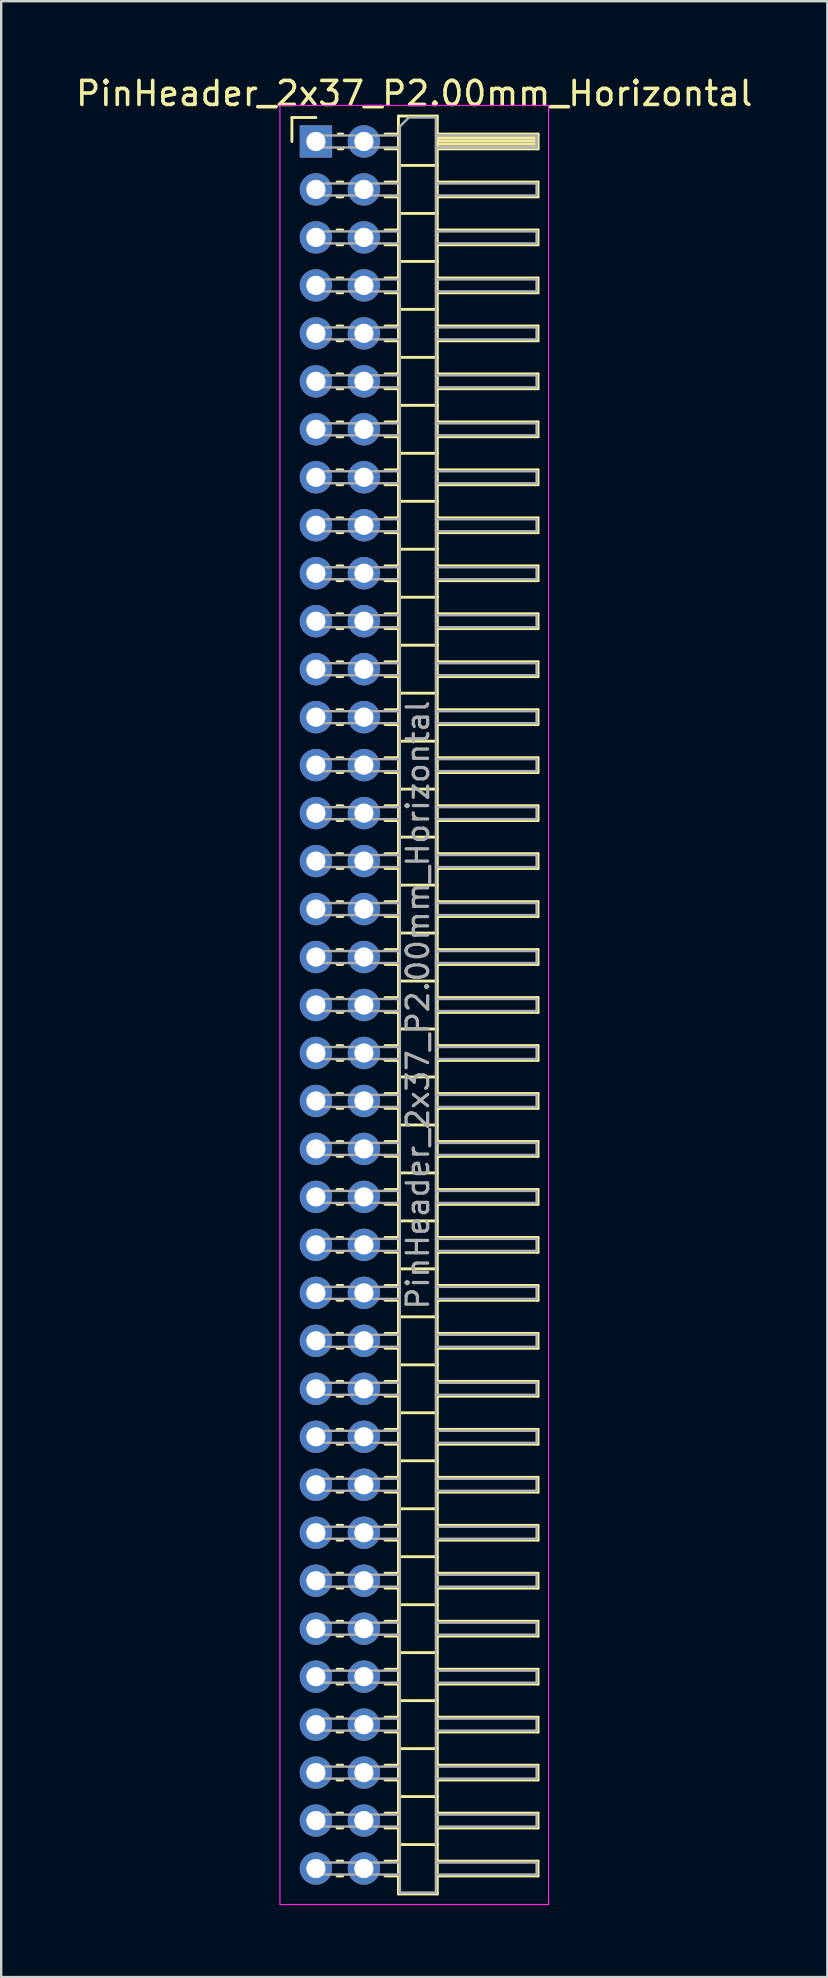
<source format=kicad_pcb>
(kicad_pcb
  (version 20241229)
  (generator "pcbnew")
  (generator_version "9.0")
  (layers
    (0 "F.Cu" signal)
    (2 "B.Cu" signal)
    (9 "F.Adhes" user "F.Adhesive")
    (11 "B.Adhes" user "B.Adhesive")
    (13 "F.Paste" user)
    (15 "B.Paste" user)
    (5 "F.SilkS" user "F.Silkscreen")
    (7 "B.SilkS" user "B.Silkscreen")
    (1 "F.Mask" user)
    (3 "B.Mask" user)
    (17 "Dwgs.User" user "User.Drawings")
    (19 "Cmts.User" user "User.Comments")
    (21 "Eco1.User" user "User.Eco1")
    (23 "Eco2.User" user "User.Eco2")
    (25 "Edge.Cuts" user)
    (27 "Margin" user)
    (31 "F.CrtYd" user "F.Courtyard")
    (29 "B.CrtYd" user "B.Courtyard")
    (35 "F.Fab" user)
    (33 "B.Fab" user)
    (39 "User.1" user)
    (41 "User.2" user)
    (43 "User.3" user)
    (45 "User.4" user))
  (footprint "PinHeader_2x37_P2.00mm_Horizontal"
    (layer "F.Cu")
    (at 10.12 2.848)
    (property "Reference" "PinHeader_2x37_P2.00mm_Horizontal" (at 4.1 -2 0) (layer "F.SilkS") (effects (font (size 1 1) (thickness 0.15))))
    (attr through_hole)
    (fp_line (start -1 -1) (end 0 -1) (stroke (width 0.12) (type solid)) (layer "F.SilkS"))
    (fp_line (start -1 0) (end -1 -1) (stroke (width 0.12) (type solid)) (layer "F.SilkS"))
    (fp_line (start 0.882 1.69) (end 1.118 1.69) (stroke (width 0.12) (type solid)) (layer "F.SilkS"))
    (fp_line (start 0.882 2.31) (end 1.118 2.31) (stroke (width 0.12) (type solid)) (layer "F.SilkS"))
    (fp_line (start 0.882 3.69) (end 1.118 3.69) (stroke (width 0.12) (type solid)) (layer "F.SilkS"))
    (fp_line (start 0.882 4.31) (end 1.118 4.31) (stroke (width 0.12) (type solid)) (layer "F.SilkS"))
    (fp_line (start 0.882 5.69) (end 1.118 5.69) (stroke (width 0.12) (type solid)) (layer "F.SilkS"))
    (fp_line (start 0.882 6.31) (end 1.118 6.31) (stroke (width 0.12) (type solid)) (layer "F.SilkS"))
    (fp_line (start 0.882 7.69) (end 1.118 7.69) (stroke (width 0.12) (type solid)) (layer "F.SilkS"))
    (fp_line (start 0.882 8.31) (end 1.118 8.31) (stroke (width 0.12) (type solid)) (layer "F.SilkS"))
    (fp_line (start 0.882 9.69) (end 1.118 9.69) (stroke (width 0.12) (type solid)) (layer "F.SilkS"))
    (fp_line (start 0.882 10.31) (end 1.118 10.31) (stroke (width 0.12) (type solid)) (layer "F.SilkS"))
    (fp_line (start 0.882 11.69) (end 1.118 11.69) (stroke (width 0.12) (type solid)) (layer "F.SilkS"))
    (fp_line (start 0.882 12.31) (end 1.118 12.31) (stroke (width 0.12) (type solid)) (layer "F.SilkS"))
    (fp_line (start 0.882 13.69) (end 1.118 13.69) (stroke (width 0.12) (type solid)) (layer "F.SilkS"))
    (fp_line (start 0.882 14.31) (end 1.118 14.31) (stroke (width 0.12) (type solid)) (layer "F.SilkS"))
    (fp_line (start 0.882 15.69) (end 1.118 15.69) (stroke (width 0.12) (type solid)) (layer "F.SilkS"))
    (fp_line (start 0.882 16.31) (end 1.118 16.31) (stroke (width 0.12) (type solid)) (layer "F.SilkS"))
    (fp_line (start 0.882 17.69) (end 1.118 17.69) (stroke (width 0.12) (type solid)) (layer "F.SilkS"))
    (fp_line (start 0.882 18.31) (end 1.118 18.31) (stroke (width 0.12) (type solid)) (layer "F.SilkS"))
    (fp_line (start 0.882 19.69) (end 1.118 19.69) (stroke (width 0.12) (type solid)) (layer "F.SilkS"))
    (fp_line (start 0.882 20.31) (end 1.118 20.31) (stroke (width 0.12) (type solid)) (layer "F.SilkS"))
    (fp_line (start 0.882 21.69) (end 1.118 21.69) (stroke (width 0.12) (type solid)) (layer "F.SilkS"))
    (fp_line (start 0.882 22.31) (end 1.118 22.31) (stroke (width 0.12) (type solid)) (layer "F.SilkS"))
    (fp_line (start 0.882 23.69) (end 1.118 23.69) (stroke (width 0.12) (type solid)) (layer "F.SilkS"))
    (fp_line (start 0.882 24.31) (end 1.118 24.31) (stroke (width 0.12) (type solid)) (layer "F.SilkS"))
    (fp_line (start 0.882 25.69) (end 1.118 25.69) (stroke (width 0.12) (type solid)) (layer "F.SilkS"))
    (fp_line (start 0.882 26.31) (end 1.118 26.31) (stroke (width 0.12) (type solid)) (layer "F.SilkS"))
    (fp_line (start 0.882 27.69) (end 1.118 27.69) (stroke (width 0.12) (type solid)) (layer "F.SilkS"))
    (fp_line (start 0.882 28.31) (end 1.118 28.31) (stroke (width 0.12) (type solid)) (layer "F.SilkS"))
    (fp_line (start 0.882 29.69) (end 1.118 29.69) (stroke (width 0.12) (type solid)) (layer "F.SilkS"))
    (fp_line (start 0.882 30.31) (end 1.118 30.31) (stroke (width 0.12) (type solid)) (layer "F.SilkS"))
    (fp_line (start 0.882 31.69) (end 1.118 31.69) (stroke (width 0.12) (type solid)) (layer "F.SilkS"))
    (fp_line (start 0.882 32.31) (end 1.118 32.31) (stroke (width 0.12) (type solid)) (layer "F.SilkS"))
    (fp_line (start 0.882 33.69) (end 1.118 33.69) (stroke (width 0.12) (type solid)) (layer "F.SilkS"))
    (fp_line (start 0.882 34.31) (end 1.118 34.31) (stroke (width 0.12) (type solid)) (layer "F.SilkS"))
    (fp_line (start 0.882 35.69) (end 1.118 35.69) (stroke (width 0.12) (type solid)) (layer "F.SilkS"))
    (fp_line (start 0.882 36.31) (end 1.118 36.31) (stroke (width 0.12) (type solid)) (layer "F.SilkS"))
    (fp_line (start 0.882 37.69) (end 1.118 37.69) (stroke (width 0.12) (type solid)) (layer "F.SilkS"))
    (fp_line (start 0.882 38.31) (end 1.118 38.31) (stroke (width 0.12) (type solid)) (layer "F.SilkS"))
    (fp_line (start 0.882 39.69) (end 1.118 39.69) (stroke (width 0.12) (type solid)) (layer "F.SilkS"))
    (fp_line (start 0.882 40.31) (end 1.118 40.31) (stroke (width 0.12) (type solid)) (layer "F.SilkS"))
    (fp_line (start 0.882 41.69) (end 1.118 41.69) (stroke (width 0.12) (type solid)) (layer "F.SilkS"))
    (fp_line (start 0.882 42.31) (end 1.118 42.31) (stroke (width 0.12) (type solid)) (layer "F.SilkS"))
    (fp_line (start 0.882 43.69) (end 1.118 43.69) (stroke (width 0.12) (type solid)) (layer "F.SilkS"))
    (fp_line (start 0.882 44.31) (end 1.118 44.31) (stroke (width 0.12) (type solid)) (layer "F.SilkS"))
    (fp_line (start 0.882 45.69) (end 1.118 45.69) (stroke (width 0.12) (type solid)) (layer "F.SilkS"))
    (fp_line (start 0.882 46.31) (end 1.118 46.31) (stroke (width 0.12) (type solid)) (layer "F.SilkS"))
    (fp_line (start 0.882 47.69) (end 1.118 47.69) (stroke (width 0.12) (type solid)) (layer "F.SilkS"))
    (fp_line (start 0.882 48.31) (end 1.118 48.31) (stroke (width 0.12) (type solid)) (layer "F.SilkS"))
    (fp_line (start 0.882 49.69) (end 1.118 49.69) (stroke (width 0.12) (type solid)) (layer "F.SilkS"))
    (fp_line (start 0.882 50.31) (end 1.118 50.31) (stroke (width 0.12) (type solid)) (layer "F.SilkS"))
    (fp_line (start 0.882 51.69) (end 1.118 51.69) (stroke (width 0.12) (type solid)) (layer "F.SilkS"))
    (fp_line (start 0.882 52.31) (end 1.118 52.31) (stroke (width 0.12) (type solid)) (layer "F.SilkS"))
    (fp_line (start 0.882 53.69) (end 1.118 53.69) (stroke (width 0.12) (type solid)) (layer "F.SilkS"))
    (fp_line (start 0.882 54.31) (end 1.118 54.31) (stroke (width 0.12) (type solid)) (layer "F.SilkS"))
    (fp_line (start 0.882 55.69) (end 1.118 55.69) (stroke (width 0.12) (type solid)) (layer "F.SilkS"))
    (fp_line (start 0.882 56.31) (end 1.118 56.31) (stroke (width 0.12) (type solid)) (layer "F.SilkS"))
    (fp_line (start 0.882 57.69) (end 1.118 57.69) (stroke (width 0.12) (type solid)) (layer "F.SilkS"))
    (fp_line (start 0.882 58.31) (end 1.118 58.31) (stroke (width 0.12) (type solid)) (layer "F.SilkS"))
    (fp_line (start 0.882 59.69) (end 1.118 59.69) (stroke (width 0.12) (type solid)) (layer "F.SilkS"))
    (fp_line (start 0.882 60.31) (end 1.118 60.31) (stroke (width 0.12) (type solid)) (layer "F.SilkS"))
    (fp_line (start 0.882 61.69) (end 1.118 61.69) (stroke (width 0.12) (type solid)) (layer "F.SilkS"))
    (fp_line (start 0.882 62.31) (end 1.118 62.31) (stroke (width 0.12) (type solid)) (layer "F.SilkS"))
    (fp_line (start 0.882 63.69) (end 1.118 63.69) (stroke (width 0.12) (type solid)) (layer "F.SilkS"))
    (fp_line (start 0.882 64.31) (end 1.118 64.31) (stroke (width 0.12) (type solid)) (layer "F.SilkS"))
    (fp_line (start 0.882 65.69) (end 1.118 65.69) (stroke (width 0.12) (type solid)) (layer "F.SilkS"))
    (fp_line (start 0.882 66.31) (end 1.118 66.31) (stroke (width 0.12) (type solid)) (layer "F.SilkS"))
    (fp_line (start 0.882 67.69) (end 1.118 67.69) (stroke (width 0.12) (type solid)) (layer "F.SilkS"))
    (fp_line (start 0.882 68.31) (end 1.118 68.31) (stroke (width 0.12) (type solid)) (layer "F.SilkS"))
    (fp_line (start 0.882 69.69) (end 1.118 69.69) (stroke (width 0.12) (type solid)) (layer "F.SilkS"))
    (fp_line (start 0.882 70.31) (end 1.118 70.31) (stroke (width 0.12) (type solid)) (layer "F.SilkS"))
    (fp_line (start 0.882 71.69) (end 1.118 71.69) (stroke (width 0.12) (type solid)) (layer "F.SilkS"))
    (fp_line (start 0.882 72.31) (end 1.118 72.31) (stroke (width 0.12) (type solid)) (layer "F.SilkS"))
    (fp_line (start 0.935 -0.31) (end 1.118 -0.31) (stroke (width 0.12) (type solid)) (layer "F.SilkS"))
    (fp_line (start 0.935 0.31) (end 1.118 0.31) (stroke (width 0.12) (type solid)) (layer "F.SilkS"))
    (fp_line (start 2.882 -0.31) (end 3.44 -0.31) (stroke (width 0.12) (type solid)) (layer "F.SilkS"))
    (fp_line (start 2.882 0.31) (end 3.44 0.31) (stroke (width 0.12) (type solid)) (layer "F.SilkS"))
    (fp_line (start 2.882 1.69) (end 3.44 1.69) (stroke (width 0.12) (type solid)) (layer "F.SilkS"))
    (fp_line (start 2.882 2.31) (end 3.44 2.31) (stroke (width 0.12) (type solid)) (layer "F.SilkS"))
    (fp_line (start 2.882 3.69) (end 3.44 3.69) (stroke (width 0.12) (type solid)) (layer "F.SilkS"))
    (fp_line (start 2.882 4.31) (end 3.44 4.31) (stroke (width 0.12) (type solid)) (layer "F.SilkS"))
    (fp_line (start 2.882 5.69) (end 3.44 5.69) (stroke (width 0.12) (type solid)) (layer "F.SilkS"))
    (fp_line (start 2.882 6.31) (end 3.44 6.31) (stroke (width 0.12) (type solid)) (layer "F.SilkS"))
    (fp_line (start 2.882 7.69) (end 3.44 7.69) (stroke (width 0.12) (type solid)) (layer "F.SilkS"))
    (fp_line (start 2.882 8.31) (end 3.44 8.31) (stroke (width 0.12) (type solid)) (layer "F.SilkS"))
    (fp_line (start 2.882 9.69) (end 3.44 9.69) (stroke (width 0.12) (type solid)) (layer "F.SilkS"))
    (fp_line (start 2.882 10.31) (end 3.44 10.31) (stroke (width 0.12) (type solid)) (layer "F.SilkS"))
    (fp_line (start 2.882 11.69) (end 3.44 11.69) (stroke (width 0.12) (type solid)) (layer "F.SilkS"))
    (fp_line (start 2.882 12.31) (end 3.44 12.31) (stroke (width 0.12) (type solid)) (layer "F.SilkS"))
    (fp_line (start 2.882 13.69) (end 3.44 13.69) (stroke (width 0.12) (type solid)) (layer "F.SilkS"))
    (fp_line (start 2.882 14.31) (end 3.44 14.31) (stroke (width 0.12) (type solid)) (layer "F.SilkS"))
    (fp_line (start 2.882 15.69) (end 3.44 15.69) (stroke (width 0.12) (type solid)) (layer "F.SilkS"))
    (fp_line (start 2.882 16.31) (end 3.44 16.31) (stroke (width 0.12) (type solid)) (layer "F.SilkS"))
    (fp_line (start 2.882 17.69) (end 3.44 17.69) (stroke (width 0.12) (type solid)) (layer "F.SilkS"))
    (fp_line (start 2.882 18.31) (end 3.44 18.31) (stroke (width 0.12) (type solid)) (layer "F.SilkS"))
    (fp_line (start 2.882 19.69) (end 3.44 19.69) (stroke (width 0.12) (type solid)) (layer "F.SilkS"))
    (fp_line (start 2.882 20.31) (end 3.44 20.31) (stroke (width 0.12) (type solid)) (layer "F.SilkS"))
    (fp_line (start 2.882 21.69) (end 3.44 21.69) (stroke (width 0.12) (type solid)) (layer "F.SilkS"))
    (fp_line (start 2.882 22.31) (end 3.44 22.31) (stroke (width 0.12) (type solid)) (layer "F.SilkS"))
    (fp_line (start 2.882 23.69) (end 3.44 23.69) (stroke (width 0.12) (type solid)) (layer "F.SilkS"))
    (fp_line (start 2.882 24.31) (end 3.44 24.31) (stroke (width 0.12) (type solid)) (layer "F.SilkS"))
    (fp_line (start 2.882 25.69) (end 3.44 25.69) (stroke (width 0.12) (type solid)) (layer "F.SilkS"))
    (fp_line (start 2.882 26.31) (end 3.44 26.31) (stroke (width 0.12) (type solid)) (layer "F.SilkS"))
    (fp_line (start 2.882 27.69) (end 3.44 27.69) (stroke (width 0.12) (type solid)) (layer "F.SilkS"))
    (fp_line (start 2.882 28.31) (end 3.44 28.31) (stroke (width 0.12) (type solid)) (layer "F.SilkS"))
    (fp_line (start 2.882 29.69) (end 3.44 29.69) (stroke (width 0.12) (type solid)) (layer "F.SilkS"))
    (fp_line (start 2.882 30.31) (end 3.44 30.31) (stroke (width 0.12) (type solid)) (layer "F.SilkS"))
    (fp_line (start 2.882 31.69) (end 3.44 31.69) (stroke (width 0.12) (type solid)) (layer "F.SilkS"))
    (fp_line (start 2.882 32.31) (end 3.44 32.31) (stroke (width 0.12) (type solid)) (layer "F.SilkS"))
    (fp_line (start 2.882 33.69) (end 3.44 33.69) (stroke (width 0.12) (type solid)) (layer "F.SilkS"))
    (fp_line (start 2.882 34.31) (end 3.44 34.31) (stroke (width 0.12) (type solid)) (layer "F.SilkS"))
    (fp_line (start 2.882 35.69) (end 3.44 35.69) (stroke (width 0.12) (type solid)) (layer "F.SilkS"))
    (fp_line (start 2.882 36.31) (end 3.44 36.31) (stroke (width 0.12) (type solid)) (layer "F.SilkS"))
    (fp_line (start 2.882 37.69) (end 3.44 37.69) (stroke (width 0.12) (type solid)) (layer "F.SilkS"))
    (fp_line (start 2.882 38.31) (end 3.44 38.31) (stroke (width 0.12) (type solid)) (layer "F.SilkS"))
    (fp_line (start 2.882 39.69) (end 3.44 39.69) (stroke (width 0.12) (type solid)) (layer "F.SilkS"))
    (fp_line (start 2.882 40.31) (end 3.44 40.31) (stroke (width 0.12) (type solid)) (layer "F.SilkS"))
    (fp_line (start 2.882 41.69) (end 3.44 41.69) (stroke (width 0.12) (type solid)) (layer "F.SilkS"))
    (fp_line (start 2.882 42.31) (end 3.44 42.31) (stroke (width 0.12) (type solid)) (layer "F.SilkS"))
    (fp_line (start 2.882 43.69) (end 3.44 43.69) (stroke (width 0.12) (type solid)) (layer "F.SilkS"))
    (fp_line (start 2.882 44.31) (end 3.44 44.31) (stroke (width 0.12) (type solid)) (layer "F.SilkS"))
    (fp_line (start 2.882 45.69) (end 3.44 45.69) (stroke (width 0.12) (type solid)) (layer "F.SilkS"))
    (fp_line (start 2.882 46.31) (end 3.44 46.31) (stroke (width 0.12) (type solid)) (layer "F.SilkS"))
    (fp_line (start 2.882 47.69) (end 3.44 47.69) (stroke (width 0.12) (type solid)) (layer "F.SilkS"))
    (fp_line (start 2.882 48.31) (end 3.44 48.31) (stroke (width 0.12) (type solid)) (layer "F.SilkS"))
    (fp_line (start 2.882 49.69) (end 3.44 49.69) (stroke (width 0.12) (type solid)) (layer "F.SilkS"))
    (fp_line (start 2.882 50.31) (end 3.44 50.31) (stroke (width 0.12) (type solid)) (layer "F.SilkS"))
    (fp_line (start 2.882 51.69) (end 3.44 51.69) (stroke (width 0.12) (type solid)) (layer "F.SilkS"))
    (fp_line (start 2.882 52.31) (end 3.44 52.31) (stroke (width 0.12) (type solid)) (layer "F.SilkS"))
    (fp_line (start 2.882 53.69) (end 3.44 53.69) (stroke (width 0.12) (type solid)) (layer "F.SilkS"))
    (fp_line (start 2.882 54.31) (end 3.44 54.31) (stroke (width 0.12) (type solid)) (layer "F.SilkS"))
    (fp_line (start 2.882 55.69) (end 3.44 55.69) (stroke (width 0.12) (type solid)) (layer "F.SilkS"))
    (fp_line (start 2.882 56.31) (end 3.44 56.31) (stroke (width 0.12) (type solid)) (layer "F.SilkS"))
    (fp_line (start 2.882 57.69) (end 3.44 57.69) (stroke (width 0.12) (type solid)) (layer "F.SilkS"))
    (fp_line (start 2.882 58.31) (end 3.44 58.31) (stroke (width 0.12) (type solid)) (layer "F.SilkS"))
    (fp_line (start 2.882 59.69) (end 3.44 59.69) (stroke (width 0.12) (type solid)) (layer "F.SilkS"))
    (fp_line (start 2.882 60.31) (end 3.44 60.31) (stroke (width 0.12) (type solid)) (layer "F.SilkS"))
    (fp_line (start 2.882 61.69) (end 3.44 61.69) (stroke (width 0.12) (type solid)) (layer "F.SilkS"))
    (fp_line (start 2.882 62.31) (end 3.44 62.31) (stroke (width 0.12) (type solid)) (layer "F.SilkS"))
    (fp_line (start 2.882 63.69) (end 3.44 63.69) (stroke (width 0.12) (type solid)) (layer "F.SilkS"))
    (fp_line (start 2.882 64.31) (end 3.44 64.31) (stroke (width 0.12) (type solid)) (layer "F.SilkS"))
    (fp_line (start 2.882 65.69) (end 3.44 65.69) (stroke (width 0.12) (type solid)) (layer "F.SilkS"))
    (fp_line (start 2.882 66.31) (end 3.44 66.31) (stroke (width 0.12) (type solid)) (layer "F.SilkS"))
    (fp_line (start 2.882 67.69) (end 3.44 67.69) (stroke (width 0.12) (type solid)) (layer "F.SilkS"))
    (fp_line (start 2.882 68.31) (end 3.44 68.31) (stroke (width 0.12) (type solid)) (layer "F.SilkS"))
    (fp_line (start 2.882 69.69) (end 3.44 69.69) (stroke (width 0.12) (type solid)) (layer "F.SilkS"))
    (fp_line (start 2.882 70.31) (end 3.44 70.31) (stroke (width 0.12) (type solid)) (layer "F.SilkS"))
    (fp_line (start 2.882 71.69) (end 3.44 71.69) (stroke (width 0.12) (type solid)) (layer "F.SilkS"))
    (fp_line (start 2.882 72.31) (end 3.44 72.31) (stroke (width 0.12) (type solid)) (layer "F.SilkS"))
    (fp_line (start 3.44 -1.06) (end 3.44 73.06) (stroke (width 0.12) (type solid)) (layer "F.SilkS"))
    (fp_line (start 3.44 1) (end 5.06 1) (stroke (width 0.12) (type solid)) (layer "F.SilkS"))
    (fp_line (start 3.44 3) (end 5.06 3) (stroke (width 0.12) (type solid)) (layer "F.SilkS"))
    (fp_line (start 3.44 5) (end 5.06 5) (stroke (width 0.12) (type solid)) (layer "F.SilkS"))
    (fp_line (start 3.44 7) (end 5.06 7) (stroke (width 0.12) (type solid)) (layer "F.SilkS"))
    (fp_line (start 3.44 9) (end 5.06 9) (stroke (width 0.12) (type solid)) (layer "F.SilkS"))
    (fp_line (start 3.44 11) (end 5.06 11) (stroke (width 0.12) (type solid)) (layer "F.SilkS"))
    (fp_line (start 3.44 13) (end 5.06 13) (stroke (width 0.12) (type solid)) (layer "F.SilkS"))
    (fp_line (start 3.44 15) (end 5.06 15) (stroke (width 0.12) (type solid)) (layer "F.SilkS"))
    (fp_line (start 3.44 17) (end 5.06 17) (stroke (width 0.12) (type solid)) (layer "F.SilkS"))
    (fp_line (start 3.44 19) (end 5.06 19) (stroke (width 0.12) (type solid)) (layer "F.SilkS"))
    (fp_line (start 3.44 21) (end 5.06 21) (stroke (width 0.12) (type solid)) (layer "F.SilkS"))
    (fp_line (start 3.44 23) (end 5.06 23) (stroke (width 0.12) (type solid)) (layer "F.SilkS"))
    (fp_line (start 3.44 25) (end 5.06 25) (stroke (width 0.12) (type solid)) (layer "F.SilkS"))
    (fp_line (start 3.44 27) (end 5.06 27) (stroke (width 0.12) (type solid)) (layer "F.SilkS"))
    (fp_line (start 3.44 29) (end 5.06 29) (stroke (width 0.12) (type solid)) (layer "F.SilkS"))
    (fp_line (start 3.44 31) (end 5.06 31) (stroke (width 0.12) (type solid)) (layer "F.SilkS"))
    (fp_line (start 3.44 33) (end 5.06 33) (stroke (width 0.12) (type solid)) (layer "F.SilkS"))
    (fp_line (start 3.44 35) (end 5.06 35) (stroke (width 0.12) (type solid)) (layer "F.SilkS"))
    (fp_line (start 3.44 37) (end 5.06 37) (stroke (width 0.12) (type solid)) (layer "F.SilkS"))
    (fp_line (start 3.44 39) (end 5.06 39) (stroke (width 0.12) (type solid)) (layer "F.SilkS"))
    (fp_line (start 3.44 41) (end 5.06 41) (stroke (width 0.12) (type solid)) (layer "F.SilkS"))
    (fp_line (start 3.44 43) (end 5.06 43) (stroke (width 0.12) (type solid)) (layer "F.SilkS"))
    (fp_line (start 3.44 45) (end 5.06 45) (stroke (width 0.12) (type solid)) (layer "F.SilkS"))
    (fp_line (start 3.44 47) (end 5.06 47) (stroke (width 0.12) (type solid)) (layer "F.SilkS"))
    (fp_line (start 3.44 49) (end 5.06 49) (stroke (width 0.12) (type solid)) (layer "F.SilkS"))
    (fp_line (start 3.44 51) (end 5.06 51) (stroke (width 0.12) (type solid)) (layer "F.SilkS"))
    (fp_line (start 3.44 53) (end 5.06 53) (stroke (width 0.12) (type solid)) (layer "F.SilkS"))
    (fp_line (start 3.44 55) (end 5.06 55) (stroke (width 0.12) (type solid)) (layer "F.SilkS"))
    (fp_line (start 3.44 57) (end 5.06 57) (stroke (width 0.12) (type solid)) (layer "F.SilkS"))
    (fp_line (start 3.44 59) (end 5.06 59) (stroke (width 0.12) (type solid)) (layer "F.SilkS"))
    (fp_line (start 3.44 61) (end 5.06 61) (stroke (width 0.12) (type solid)) (layer "F.SilkS"))
    (fp_line (start 3.44 63) (end 5.06 63) (stroke (width 0.12) (type solid)) (layer "F.SilkS"))
    (fp_line (start 3.44 65) (end 5.06 65) (stroke (width 0.12) (type solid)) (layer "F.SilkS"))
    (fp_line (start 3.44 67) (end 5.06 67) (stroke (width 0.12) (type solid)) (layer "F.SilkS"))
    (fp_line (start 3.44 69) (end 5.06 69) (stroke (width 0.12) (type solid)) (layer "F.SilkS"))
    (fp_line (start 3.44 71) (end 5.06 71) (stroke (width 0.12) (type solid)) (layer "F.SilkS"))
    (fp_line (start 3.44 73.06) (end 5.06 73.06) (stroke (width 0.12) (type solid)) (layer "F.SilkS"))
    (fp_line (start 5.06 -1.06) (end 3.44 -1.06) (stroke (width 0.12) (type solid)) (layer "F.SilkS"))
    (fp_line (start 5.06 -0.31) (end 9.26 -0.31) (stroke (width 0.12) (type solid)) (layer "F.SilkS"))
    (fp_line (start 5.06 -0.25) (end 9.26 -0.25) (stroke (width 0.12) (type solid)) (layer "F.SilkS"))
    (fp_line (start 5.06 -0.13) (end 9.26 -0.13) (stroke (width 0.12) (type solid)) (layer "F.SilkS"))
    (fp_line (start 5.06 -0.01) (end 9.26 -0.01) (stroke (width 0.12) (type solid)) (layer "F.SilkS"))
    (fp_line (start 5.06 0.11) (end 9.26 0.11) (stroke (width 0.12) (type solid)) (layer "F.SilkS"))
    (fp_line (start 5.06 0.23) (end 9.26 0.23) (stroke (width 0.12) (type solid)) (layer "F.SilkS"))
    (fp_line (start 5.06 1.69) (end 9.26 1.69) (stroke (width 0.12) (type solid)) (layer "F.SilkS"))
    (fp_line (start 5.06 3.69) (end 9.26 3.69) (stroke (width 0.12) (type solid)) (layer "F.SilkS"))
    (fp_line (start 5.06 5.69) (end 9.26 5.69) (stroke (width 0.12) (type solid)) (layer "F.SilkS"))
    (fp_line (start 5.06 7.69) (end 9.26 7.69) (stroke (width 0.12) (type solid)) (layer "F.SilkS"))
    (fp_line (start 5.06 9.69) (end 9.26 9.69) (stroke (width 0.12) (type solid)) (layer "F.SilkS"))
    (fp_line (start 5.06 11.69) (end 9.26 11.69) (stroke (width 0.12) (type solid)) (layer "F.SilkS"))
    (fp_line (start 5.06 13.69) (end 9.26 13.69) (stroke (width 0.12) (type solid)) (layer "F.SilkS"))
    (fp_line (start 5.06 15.69) (end 9.26 15.69) (stroke (width 0.12) (type solid)) (layer "F.SilkS"))
    (fp_line (start 5.06 17.69) (end 9.26 17.69) (stroke (width 0.12) (type solid)) (layer "F.SilkS"))
    (fp_line (start 5.06 19.69) (end 9.26 19.69) (stroke (width 0.12) (type solid)) (layer "F.SilkS"))
    (fp_line (start 5.06 21.69) (end 9.26 21.69) (stroke (width 0.12) (type solid)) (layer "F.SilkS"))
    (fp_line (start 5.06 23.69) (end 9.26 23.69) (stroke (width 0.12) (type solid)) (layer "F.SilkS"))
    (fp_line (start 5.06 25.69) (end 9.26 25.69) (stroke (width 0.12) (type solid)) (layer "F.SilkS"))
    (fp_line (start 5.06 27.69) (end 9.26 27.69) (stroke (width 0.12) (type solid)) (layer "F.SilkS"))
    (fp_line (start 5.06 29.69) (end 9.26 29.69) (stroke (width 0.12) (type solid)) (layer "F.SilkS"))
    (fp_line (start 5.06 31.69) (end 9.26 31.69) (stroke (width 0.12) (type solid)) (layer "F.SilkS"))
    (fp_line (start 5.06 33.69) (end 9.26 33.69) (stroke (width 0.12) (type solid)) (layer "F.SilkS"))
    (fp_line (start 5.06 35.69) (end 9.26 35.69) (stroke (width 0.12) (type solid)) (layer "F.SilkS"))
    (fp_line (start 5.06 37.69) (end 9.26 37.69) (stroke (width 0.12) (type solid)) (layer "F.SilkS"))
    (fp_line (start 5.06 39.69) (end 9.26 39.69) (stroke (width 0.12) (type solid)) (layer "F.SilkS"))
    (fp_line (start 5.06 41.69) (end 9.26 41.69) (stroke (width 0.12) (type solid)) (layer "F.SilkS"))
    (fp_line (start 5.06 43.69) (end 9.26 43.69) (stroke (width 0.12) (type solid)) (layer "F.SilkS"))
    (fp_line (start 5.06 45.69) (end 9.26 45.69) (stroke (width 0.12) (type solid)) (layer "F.SilkS"))
    (fp_line (start 5.06 47.69) (end 9.26 47.69) (stroke (width 0.12) (type solid)) (layer "F.SilkS"))
    (fp_line (start 5.06 49.69) (end 9.26 49.69) (stroke (width 0.12) (type solid)) (layer "F.SilkS"))
    (fp_line (start 5.06 51.69) (end 9.26 51.69) (stroke (width 0.12) (type solid)) (layer "F.SilkS"))
    (fp_line (start 5.06 53.69) (end 9.26 53.69) (stroke (width 0.12) (type solid)) (layer "F.SilkS"))
    (fp_line (start 5.06 55.69) (end 9.26 55.69) (stroke (width 0.12) (type solid)) (layer "F.SilkS"))
    (fp_line (start 5.06 57.69) (end 9.26 57.69) (stroke (width 0.12) (type solid)) (layer "F.SilkS"))
    (fp_line (start 5.06 59.69) (end 9.26 59.69) (stroke (width 0.12) (type solid)) (layer "F.SilkS"))
    (fp_line (start 5.06 61.69) (end 9.26 61.69) (stroke (width 0.12) (type solid)) (layer "F.SilkS"))
    (fp_line (start 5.06 63.69) (end 9.26 63.69) (stroke (width 0.12) (type solid)) (layer "F.SilkS"))
    (fp_line (start 5.06 65.69) (end 9.26 65.69) (stroke (width 0.12) (type solid)) (layer "F.SilkS"))
    (fp_line (start 5.06 67.69) (end 9.26 67.69) (stroke (width 0.12) (type solid)) (layer "F.SilkS"))
    (fp_line (start 5.06 69.69) (end 9.26 69.69) (stroke (width 0.12) (type solid)) (layer "F.SilkS"))
    (fp_line (start 5.06 71.69) (end 9.26 71.69) (stroke (width 0.12) (type solid)) (layer "F.SilkS"))
    (fp_line (start 5.06 73.06) (end 5.06 -1.06) (stroke (width 0.12) (type solid)) (layer "F.SilkS"))
    (fp_line (start 9.26 -0.31) (end 9.26 0.31) (stroke (width 0.12) (type solid)) (layer "F.SilkS"))
    (fp_line (start 9.26 0.31) (end 5.06 0.31) (stroke (width 0.12) (type solid)) (layer "F.SilkS"))
    (fp_line (start 9.26 1.69) (end 9.26 2.31) (stroke (width 0.12) (type solid)) (layer "F.SilkS"))
    (fp_line (start 9.26 2.31) (end 5.06 2.31) (stroke (width 0.12) (type solid)) (layer "F.SilkS"))
    (fp_line (start 9.26 3.69) (end 9.26 4.31) (stroke (width 0.12) (type solid)) (layer "F.SilkS"))
    (fp_line (start 9.26 4.31) (end 5.06 4.31) (stroke (width 0.12) (type solid)) (layer "F.SilkS"))
    (fp_line (start 9.26 5.69) (end 9.26 6.31) (stroke (width 0.12) (type solid)) (layer "F.SilkS"))
    (fp_line (start 9.26 6.31) (end 5.06 6.31) (stroke (width 0.12) (type solid)) (layer "F.SilkS"))
    (fp_line (start 9.26 7.69) (end 9.26 8.31) (stroke (width 0.12) (type solid)) (layer "F.SilkS"))
    (fp_line (start 9.26 8.31) (end 5.06 8.31) (stroke (width 0.12) (type solid)) (layer "F.SilkS"))
    (fp_line (start 9.26 9.69) (end 9.26 10.31) (stroke (width 0.12) (type solid)) (layer "F.SilkS"))
    (fp_line (start 9.26 10.31) (end 5.06 10.31) (stroke (width 0.12) (type solid)) (layer "F.SilkS"))
    (fp_line (start 9.26 11.69) (end 9.26 12.31) (stroke (width 0.12) (type solid)) (layer "F.SilkS"))
    (fp_line (start 9.26 12.31) (end 5.06 12.31) (stroke (width 0.12) (type solid)) (layer "F.SilkS"))
    (fp_line (start 9.26 13.69) (end 9.26 14.31) (stroke (width 0.12) (type solid)) (layer "F.SilkS"))
    (fp_line (start 9.26 14.31) (end 5.06 14.31) (stroke (width 0.12) (type solid)) (layer "F.SilkS"))
    (fp_line (start 9.26 15.69) (end 9.26 16.31) (stroke (width 0.12) (type solid)) (layer "F.SilkS"))
    (fp_line (start 9.26 16.31) (end 5.06 16.31) (stroke (width 0.12) (type solid)) (layer "F.SilkS"))
    (fp_line (start 9.26 17.69) (end 9.26 18.31) (stroke (width 0.12) (type solid)) (layer "F.SilkS"))
    (fp_line (start 9.26 18.31) (end 5.06 18.31) (stroke (width 0.12) (type solid)) (layer "F.SilkS"))
    (fp_line (start 9.26 19.69) (end 9.26 20.31) (stroke (width 0.12) (type solid)) (layer "F.SilkS"))
    (fp_line (start 9.26 20.31) (end 5.06 20.31) (stroke (width 0.12) (type solid)) (layer "F.SilkS"))
    (fp_line (start 9.26 21.69) (end 9.26 22.31) (stroke (width 0.12) (type solid)) (layer "F.SilkS"))
    (fp_line (start 9.26 22.31) (end 5.06 22.31) (stroke (width 0.12) (type solid)) (layer "F.SilkS"))
    (fp_line (start 9.26 23.69) (end 9.26 24.31) (stroke (width 0.12) (type solid)) (layer "F.SilkS"))
    (fp_line (start 9.26 24.31) (end 5.06 24.31) (stroke (width 0.12) (type solid)) (layer "F.SilkS"))
    (fp_line (start 9.26 25.69) (end 9.26 26.31) (stroke (width 0.12) (type solid)) (layer "F.SilkS"))
    (fp_line (start 9.26 26.31) (end 5.06 26.31) (stroke (width 0.12) (type solid)) (layer "F.SilkS"))
    (fp_line (start 9.26 27.69) (end 9.26 28.31) (stroke (width 0.12) (type solid)) (layer "F.SilkS"))
    (fp_line (start 9.26 28.31) (end 5.06 28.31) (stroke (width 0.12) (type solid)) (layer "F.SilkS"))
    (fp_line (start 9.26 29.69) (end 9.26 30.31) (stroke (width 0.12) (type solid)) (layer "F.SilkS"))
    (fp_line (start 9.26 30.31) (end 5.06 30.31) (stroke (width 0.12) (type solid)) (layer "F.SilkS"))
    (fp_line (start 9.26 31.69) (end 9.26 32.31) (stroke (width 0.12) (type solid)) (layer "F.SilkS"))
    (fp_line (start 9.26 32.31) (end 5.06 32.31) (stroke (width 0.12) (type solid)) (layer "F.SilkS"))
    (fp_line (start 9.26 33.69) (end 9.26 34.31) (stroke (width 0.12) (type solid)) (layer "F.SilkS"))
    (fp_line (start 9.26 34.31) (end 5.06 34.31) (stroke (width 0.12) (type solid)) (layer "F.SilkS"))
    (fp_line (start 9.26 35.69) (end 9.26 36.31) (stroke (width 0.12) (type solid)) (layer "F.SilkS"))
    (fp_line (start 9.26 36.31) (end 5.06 36.31) (stroke (width 0.12) (type solid)) (layer "F.SilkS"))
    (fp_line (start 9.26 37.69) (end 9.26 38.31) (stroke (width 0.12) (type solid)) (layer "F.SilkS"))
    (fp_line (start 9.26 38.31) (end 5.06 38.31) (stroke (width 0.12) (type solid)) (layer "F.SilkS"))
    (fp_line (start 9.26 39.69) (end 9.26 40.31) (stroke (width 0.12) (type solid)) (layer "F.SilkS"))
    (fp_line (start 9.26 40.31) (end 5.06 40.31) (stroke (width 0.12) (type solid)) (layer "F.SilkS"))
    (fp_line (start 9.26 41.69) (end 9.26 42.31) (stroke (width 0.12) (type solid)) (layer "F.SilkS"))
    (fp_line (start 9.26 42.31) (end 5.06 42.31) (stroke (width 0.12) (type solid)) (layer "F.SilkS"))
    (fp_line (start 9.26 43.69) (end 9.26 44.31) (stroke (width 0.12) (type solid)) (layer "F.SilkS"))
    (fp_line (start 9.26 44.31) (end 5.06 44.31) (stroke (width 0.12) (type solid)) (layer "F.SilkS"))
    (fp_line (start 9.26 45.69) (end 9.26 46.31) (stroke (width 0.12) (type solid)) (layer "F.SilkS"))
    (fp_line (start 9.26 46.31) (end 5.06 46.31) (stroke (width 0.12) (type solid)) (layer "F.SilkS"))
    (fp_line (start 9.26 47.69) (end 9.26 48.31) (stroke (width 0.12) (type solid)) (layer "F.SilkS"))
    (fp_line (start 9.26 48.31) (end 5.06 48.31) (stroke (width 0.12) (type solid)) (layer "F.SilkS"))
    (fp_line (start 9.26 49.69) (end 9.26 50.31) (stroke (width 0.12) (type solid)) (layer "F.SilkS"))
    (fp_line (start 9.26 50.31) (end 5.06 50.31) (stroke (width 0.12) (type solid)) (layer "F.SilkS"))
    (fp_line (start 9.26 51.69) (end 9.26 52.31) (stroke (width 0.12) (type solid)) (layer "F.SilkS"))
    (fp_line (start 9.26 52.31) (end 5.06 52.31) (stroke (width 0.12) (type solid)) (layer "F.SilkS"))
    (fp_line (start 9.26 53.69) (end 9.26 54.31) (stroke (width 0.12) (type solid)) (layer "F.SilkS"))
    (fp_line (start 9.26 54.31) (end 5.06 54.31) (stroke (width 0.12) (type solid)) (layer "F.SilkS"))
    (fp_line (start 9.26 55.69) (end 9.26 56.31) (stroke (width 0.12) (type solid)) (layer "F.SilkS"))
    (fp_line (start 9.26 56.31) (end 5.06 56.31) (stroke (width 0.12) (type solid)) (layer "F.SilkS"))
    (fp_line (start 9.26 57.69) (end 9.26 58.31) (stroke (width 0.12) (type solid)) (layer "F.SilkS"))
    (fp_line (start 9.26 58.31) (end 5.06 58.31) (stroke (width 0.12) (type solid)) (layer "F.SilkS"))
    (fp_line (start 9.26 59.69) (end 9.26 60.31) (stroke (width 0.12) (type solid)) (layer "F.SilkS"))
    (fp_line (start 9.26 60.31) (end 5.06 60.31) (stroke (width 0.12) (type solid)) (layer "F.SilkS"))
    (fp_line (start 9.26 61.69) (end 9.26 62.31) (stroke (width 0.12) (type solid)) (layer "F.SilkS"))
    (fp_line (start 9.26 62.31) (end 5.06 62.31) (stroke (width 0.12) (type solid)) (layer "F.SilkS"))
    (fp_line (start 9.26 63.69) (end 9.26 64.31) (stroke (width 0.12) (type solid)) (layer "F.SilkS"))
    (fp_line (start 9.26 64.31) (end 5.06 64.31) (stroke (width 0.12) (type solid)) (layer "F.SilkS"))
    (fp_line (start 9.26 65.69) (end 9.26 66.31) (stroke (width 0.12) (type solid)) (layer "F.SilkS"))
    (fp_line (start 9.26 66.31) (end 5.06 66.31) (stroke (width 0.12) (type solid)) (layer "F.SilkS"))
    (fp_line (start 9.26 67.69) (end 9.26 68.31) (stroke (width 0.12) (type solid)) (layer "F.SilkS"))
    (fp_line (start 9.26 68.31) (end 5.06 68.31) (stroke (width 0.12) (type solid)) (layer "F.SilkS"))
    (fp_line (start 9.26 69.69) (end 9.26 70.31) (stroke (width 0.12) (type solid)) (layer "F.SilkS"))
    (fp_line (start 9.26 70.31) (end 5.06 70.31) (stroke (width 0.12) (type solid)) (layer "F.SilkS"))
    (fp_line (start 9.26 71.69) (end 9.26 72.31) (stroke (width 0.12) (type solid)) (layer "F.SilkS"))
    (fp_line (start 9.26 72.31) (end 5.06 72.31) (stroke (width 0.12) (type solid)) (layer "F.SilkS"))
    (fp_line (start -1.5 -1.5) (end -1.5 73.5) (stroke (width 0.05) (type solid)) (layer "F.CrtYd"))
    (fp_line (start -1.5 73.5) (end 9.7 73.5) (stroke (width 0.05) (type solid)) (layer "F.CrtYd"))
    (fp_line (start 9.7 -1.5) (end -1.5 -1.5) (stroke (width 0.05) (type solid)) (layer "F.CrtYd"))
    (fp_line (start 9.7 73.5) (end 9.7 -1.5) (stroke (width 0.05) (type solid)) (layer "F.CrtYd"))
    (fp_line (start -0.25 -0.25) (end -0.25 0.25) (stroke (width 0.1) (type solid)) (layer "F.Fab"))
    (fp_line (start -0.25 -0.25) (end 3.5 -0.25) (stroke (width 0.1) (type solid)) (layer "F.Fab"))
    (fp_line (start -0.25 0.25) (end 3.5 0.25) (stroke (width 0.1) (type solid)) (layer "F.Fab"))
    (fp_line (start -0.25 1.75) (end -0.25 2.25) (stroke (width 0.1) (type solid)) (layer "F.Fab"))
    (fp_line (start -0.25 1.75) (end 3.5 1.75) (stroke (width 0.1) (type solid)) (layer "F.Fab"))
    (fp_line (start -0.25 2.25) (end 3.5 2.25) (stroke (width 0.1) (type solid)) (layer "F.Fab"))
    (fp_line (start -0.25 3.75) (end -0.25 4.25) (stroke (width 0.1) (type solid)) (layer "F.Fab"))
    (fp_line (start -0.25 3.75) (end 3.5 3.75) (stroke (width 0.1) (type solid)) (layer "F.Fab"))
    (fp_line (start -0.25 4.25) (end 3.5 4.25) (stroke (width 0.1) (type solid)) (layer "F.Fab"))
    (fp_line (start -0.25 5.75) (end -0.25 6.25) (stroke (width 0.1) (type solid)) (layer "F.Fab"))
    (fp_line (start -0.25 5.75) (end 3.5 5.75) (stroke (width 0.1) (type solid)) (layer "F.Fab"))
    (fp_line (start -0.25 6.25) (end 3.5 6.25) (stroke (width 0.1) (type solid)) (layer "F.Fab"))
    (fp_line (start -0.25 7.75) (end -0.25 8.25) (stroke (width 0.1) (type solid)) (layer "F.Fab"))
    (fp_line (start -0.25 7.75) (end 3.5 7.75) (stroke (width 0.1) (type solid)) (layer "F.Fab"))
    (fp_line (start -0.25 8.25) (end 3.5 8.25) (stroke (width 0.1) (type solid)) (layer "F.Fab"))
    (fp_line (start -0.25 9.75) (end -0.25 10.25) (stroke (width 0.1) (type solid)) (layer "F.Fab"))
    (fp_line (start -0.25 9.75) (end 3.5 9.75) (stroke (width 0.1) (type solid)) (layer "F.Fab"))
    (fp_line (start -0.25 10.25) (end 3.5 10.25) (stroke (width 0.1) (type solid)) (layer "F.Fab"))
    (fp_line (start -0.25 11.75) (end -0.25 12.25) (stroke (width 0.1) (type solid)) (layer "F.Fab"))
    (fp_line (start -0.25 11.75) (end 3.5 11.75) (stroke (width 0.1) (type solid)) (layer "F.Fab"))
    (fp_line (start -0.25 12.25) (end 3.5 12.25) (stroke (width 0.1) (type solid)) (layer "F.Fab"))
    (fp_line (start -0.25 13.75) (end -0.25 14.25) (stroke (width 0.1) (type solid)) (layer "F.Fab"))
    (fp_line (start -0.25 13.75) (end 3.5 13.75) (stroke (width 0.1) (type solid)) (layer "F.Fab"))
    (fp_line (start -0.25 14.25) (end 3.5 14.25) (stroke (width 0.1) (type solid)) (layer "F.Fab"))
    (fp_line (start -0.25 15.75) (end -0.25 16.25) (stroke (width 0.1) (type solid)) (layer "F.Fab"))
    (fp_line (start -0.25 15.75) (end 3.5 15.75) (stroke (width 0.1) (type solid)) (layer "F.Fab"))
    (fp_line (start -0.25 16.25) (end 3.5 16.25) (stroke (width 0.1) (type solid)) (layer "F.Fab"))
    (fp_line (start -0.25 17.75) (end -0.25 18.25) (stroke (width 0.1) (type solid)) (layer "F.Fab"))
    (fp_line (start -0.25 17.75) (end 3.5 17.75) (stroke (width 0.1) (type solid)) (layer "F.Fab"))
    (fp_line (start -0.25 18.25) (end 3.5 18.25) (stroke (width 0.1) (type solid)) (layer "F.Fab"))
    (fp_line (start -0.25 19.75) (end -0.25 20.25) (stroke (width 0.1) (type solid)) (layer "F.Fab"))
    (fp_line (start -0.25 19.75) (end 3.5 19.75) (stroke (width 0.1) (type solid)) (layer "F.Fab"))
    (fp_line (start -0.25 20.25) (end 3.5 20.25) (stroke (width 0.1) (type solid)) (layer "F.Fab"))
    (fp_line (start -0.25 21.75) (end -0.25 22.25) (stroke (width 0.1) (type solid)) (layer "F.Fab"))
    (fp_line (start -0.25 21.75) (end 3.5 21.75) (stroke (width 0.1) (type solid)) (layer "F.Fab"))
    (fp_line (start -0.25 22.25) (end 3.5 22.25) (stroke (width 0.1) (type solid)) (layer "F.Fab"))
    (fp_line (start -0.25 23.75) (end -0.25 24.25) (stroke (width 0.1) (type solid)) (layer "F.Fab"))
    (fp_line (start -0.25 23.75) (end 3.5 23.75) (stroke (width 0.1) (type solid)) (layer "F.Fab"))
    (fp_line (start -0.25 24.25) (end 3.5 24.25) (stroke (width 0.1) (type solid)) (layer "F.Fab"))
    (fp_line (start -0.25 25.75) (end -0.25 26.25) (stroke (width 0.1) (type solid)) (layer "F.Fab"))
    (fp_line (start -0.25 25.75) (end 3.5 25.75) (stroke (width 0.1) (type solid)) (layer "F.Fab"))
    (fp_line (start -0.25 26.25) (end 3.5 26.25) (stroke (width 0.1) (type solid)) (layer "F.Fab"))
    (fp_line (start -0.25 27.75) (end -0.25 28.25) (stroke (width 0.1) (type solid)) (layer "F.Fab"))
    (fp_line (start -0.25 27.75) (end 3.5 27.75) (stroke (width 0.1) (type solid)) (layer "F.Fab"))
    (fp_line (start -0.25 28.25) (end 3.5 28.25) (stroke (width 0.1) (type solid)) (layer "F.Fab"))
    (fp_line (start -0.25 29.75) (end -0.25 30.25) (stroke (width 0.1) (type solid)) (layer "F.Fab"))
    (fp_line (start -0.25 29.75) (end 3.5 29.75) (stroke (width 0.1) (type solid)) (layer "F.Fab"))
    (fp_line (start -0.25 30.25) (end 3.5 30.25) (stroke (width 0.1) (type solid)) (layer "F.Fab"))
    (fp_line (start -0.25 31.75) (end -0.25 32.25) (stroke (width 0.1) (type solid)) (layer "F.Fab"))
    (fp_line (start -0.25 31.75) (end 3.5 31.75) (stroke (width 0.1) (type solid)) (layer "F.Fab"))
    (fp_line (start -0.25 32.25) (end 3.5 32.25) (stroke (width 0.1) (type solid)) (layer "F.Fab"))
    (fp_line (start -0.25 33.75) (end -0.25 34.25) (stroke (width 0.1) (type solid)) (layer "F.Fab"))
    (fp_line (start -0.25 33.75) (end 3.5 33.75) (stroke (width 0.1) (type solid)) (layer "F.Fab"))
    (fp_line (start -0.25 34.25) (end 3.5 34.25) (stroke (width 0.1) (type solid)) (layer "F.Fab"))
    (fp_line (start -0.25 35.75) (end -0.25 36.25) (stroke (width 0.1) (type solid)) (layer "F.Fab"))
    (fp_line (start -0.25 35.75) (end 3.5 35.75) (stroke (width 0.1) (type solid)) (layer "F.Fab"))
    (fp_line (start -0.25 36.25) (end 3.5 36.25) (stroke (width 0.1) (type solid)) (layer "F.Fab"))
    (fp_line (start -0.25 37.75) (end -0.25 38.25) (stroke (width 0.1) (type solid)) (layer "F.Fab"))
    (fp_line (start -0.25 37.75) (end 3.5 37.75) (stroke (width 0.1) (type solid)) (layer "F.Fab"))
    (fp_line (start -0.25 38.25) (end 3.5 38.25) (stroke (width 0.1) (type solid)) (layer "F.Fab"))
    (fp_line (start -0.25 39.75) (end -0.25 40.25) (stroke (width 0.1) (type solid)) (layer "F.Fab"))
    (fp_line (start -0.25 39.75) (end 3.5 39.75) (stroke (width 0.1) (type solid)) (layer "F.Fab"))
    (fp_line (start -0.25 40.25) (end 3.5 40.25) (stroke (width 0.1) (type solid)) (layer "F.Fab"))
    (fp_line (start -0.25 41.75) (end -0.25 42.25) (stroke (width 0.1) (type solid)) (layer "F.Fab"))
    (fp_line (start -0.25 41.75) (end 3.5 41.75) (stroke (width 0.1) (type solid)) (layer "F.Fab"))
    (fp_line (start -0.25 42.25) (end 3.5 42.25) (stroke (width 0.1) (type solid)) (layer "F.Fab"))
    (fp_line (start -0.25 43.75) (end -0.25 44.25) (stroke (width 0.1) (type solid)) (layer "F.Fab"))
    (fp_line (start -0.25 43.75) (end 3.5 43.75) (stroke (width 0.1) (type solid)) (layer "F.Fab"))
    (fp_line (start -0.25 44.25) (end 3.5 44.25) (stroke (width 0.1) (type solid)) (layer "F.Fab"))
    (fp_line (start -0.25 45.75) (end -0.25 46.25) (stroke (width 0.1) (type solid)) (layer "F.Fab"))
    (fp_line (start -0.25 45.75) (end 3.5 45.75) (stroke (width 0.1) (type solid)) (layer "F.Fab"))
    (fp_line (start -0.25 46.25) (end 3.5 46.25) (stroke (width 0.1) (type solid)) (layer "F.Fab"))
    (fp_line (start -0.25 47.75) (end -0.25 48.25) (stroke (width 0.1) (type solid)) (layer "F.Fab"))
    (fp_line (start -0.25 47.75) (end 3.5 47.75) (stroke (width 0.1) (type solid)) (layer "F.Fab"))
    (fp_line (start -0.25 48.25) (end 3.5 48.25) (stroke (width 0.1) (type solid)) (layer "F.Fab"))
    (fp_line (start -0.25 49.75) (end -0.25 50.25) (stroke (width 0.1) (type solid)) (layer "F.Fab"))
    (fp_line (start -0.25 49.75) (end 3.5 49.75) (stroke (width 0.1) (type solid)) (layer "F.Fab"))
    (fp_line (start -0.25 50.25) (end 3.5 50.25) (stroke (width 0.1) (type solid)) (layer "F.Fab"))
    (fp_line (start -0.25 51.75) (end -0.25 52.25) (stroke (width 0.1) (type solid)) (layer "F.Fab"))
    (fp_line (start -0.25 51.75) (end 3.5 51.75) (stroke (width 0.1) (type solid)) (layer "F.Fab"))
    (fp_line (start -0.25 52.25) (end 3.5 52.25) (stroke (width 0.1) (type solid)) (layer "F.Fab"))
    (fp_line (start -0.25 53.75) (end -0.25 54.25) (stroke (width 0.1) (type solid)) (layer "F.Fab"))
    (fp_line (start -0.25 53.75) (end 3.5 53.75) (stroke (width 0.1) (type solid)) (layer "F.Fab"))
    (fp_line (start -0.25 54.25) (end 3.5 54.25) (stroke (width 0.1) (type solid)) (layer "F.Fab"))
    (fp_line (start -0.25 55.75) (end -0.25 56.25) (stroke (width 0.1) (type solid)) (layer "F.Fab"))
    (fp_line (start -0.25 55.75) (end 3.5 55.75) (stroke (width 0.1) (type solid)) (layer "F.Fab"))
    (fp_line (start -0.25 56.25) (end 3.5 56.25) (stroke (width 0.1) (type solid)) (layer "F.Fab"))
    (fp_line (start -0.25 57.75) (end -0.25 58.25) (stroke (width 0.1) (type solid)) (layer "F.Fab"))
    (fp_line (start -0.25 57.75) (end 3.5 57.75) (stroke (width 0.1) (type solid)) (layer "F.Fab"))
    (fp_line (start -0.25 58.25) (end 3.5 58.25) (stroke (width 0.1) (type solid)) (layer "F.Fab"))
    (fp_line (start -0.25 59.75) (end -0.25 60.25) (stroke (width 0.1) (type solid)) (layer "F.Fab"))
    (fp_line (start -0.25 59.75) (end 3.5 59.75) (stroke (width 0.1) (type solid)) (layer "F.Fab"))
    (fp_line (start -0.25 60.25) (end 3.5 60.25) (stroke (width 0.1) (type solid)) (layer "F.Fab"))
    (fp_line (start -0.25 61.75) (end -0.25 62.25) (stroke (width 0.1) (type solid)) (layer "F.Fab"))
    (fp_line (start -0.25 61.75) (end 3.5 61.75) (stroke (width 0.1) (type solid)) (layer "F.Fab"))
    (fp_line (start -0.25 62.25) (end 3.5 62.25) (stroke (width 0.1) (type solid)) (layer "F.Fab"))
    (fp_line (start -0.25 63.75) (end -0.25 64.25) (stroke (width 0.1) (type solid)) (layer "F.Fab"))
    (fp_line (start -0.25 63.75) (end 3.5 63.75) (stroke (width 0.1) (type solid)) (layer "F.Fab"))
    (fp_line (start -0.25 64.25) (end 3.5 64.25) (stroke (width 0.1) (type solid)) (layer "F.Fab"))
    (fp_line (start -0.25 65.75) (end -0.25 66.25) (stroke (width 0.1) (type solid)) (layer "F.Fab"))
    (fp_line (start -0.25 65.75) (end 3.5 65.75) (stroke (width 0.1) (type solid)) (layer "F.Fab"))
    (fp_line (start -0.25 66.25) (end 3.5 66.25) (stroke (width 0.1) (type solid)) (layer "F.Fab"))
    (fp_line (start -0.25 67.75) (end -0.25 68.25) (stroke (width 0.1) (type solid)) (layer "F.Fab"))
    (fp_line (start -0.25 67.75) (end 3.5 67.75) (stroke (width 0.1) (type solid)) (layer "F.Fab"))
    (fp_line (start -0.25 68.25) (end 3.5 68.25) (stroke (width 0.1) (type solid)) (layer "F.Fab"))
    (fp_line (start -0.25 69.75) (end -0.25 70.25) (stroke (width 0.1) (type solid)) (layer "F.Fab"))
    (fp_line (start -0.25 69.75) (end 3.5 69.75) (stroke (width 0.1) (type solid)) (layer "F.Fab"))
    (fp_line (start -0.25 70.25) (end 3.5 70.25) (stroke (width 0.1) (type solid)) (layer "F.Fab"))
    (fp_line (start -0.25 71.75) (end -0.25 72.25) (stroke (width 0.1) (type solid)) (layer "F.Fab"))
    (fp_line (start -0.25 71.75) (end 3.5 71.75) (stroke (width 0.1) (type solid)) (layer "F.Fab"))
    (fp_line (start -0.25 72.25) (end 3.5 72.25) (stroke (width 0.1) (type solid)) (layer "F.Fab"))
    (fp_line (start 3.5 -0.625) (end 3.875 -1) (stroke (width 0.1) (type solid)) (layer "F.Fab"))
    (fp_line (start 3.5 73) (end 3.5 -0.625) (stroke (width 0.1) (type solid)) (layer "F.Fab"))
    (fp_line (start 3.875 -1) (end 5 -1) (stroke (width 0.1) (type solid)) (layer "F.Fab"))
    (fp_line (start 5 -1) (end 5 73) (stroke (width 0.1) (type solid)) (layer "F.Fab"))
    (fp_line (start 5 -0.25) (end 9.2 -0.25) (stroke (width 0.1) (type solid)) (layer "F.Fab"))
    (fp_line (start 5 0.25) (end 9.2 0.25) (stroke (width 0.1) (type solid)) (layer "F.Fab"))
    (fp_line (start 5 1.75) (end 9.2 1.75) (stroke (width 0.1) (type solid)) (layer "F.Fab"))
    (fp_line (start 5 2.25) (end 9.2 2.25) (stroke (width 0.1) (type solid)) (layer "F.Fab"))
    (fp_line (start 5 3.75) (end 9.2 3.75) (stroke (width 0.1) (type solid)) (layer "F.Fab"))
    (fp_line (start 5 4.25) (end 9.2 4.25) (stroke (width 0.1) (type solid)) (layer "F.Fab"))
    (fp_line (start 5 5.75) (end 9.2 5.75) (stroke (width 0.1) (type solid)) (layer "F.Fab"))
    (fp_line (start 5 6.25) (end 9.2 6.25) (stroke (width 0.1) (type solid)) (layer "F.Fab"))
    (fp_line (start 5 7.75) (end 9.2 7.75) (stroke (width 0.1) (type solid)) (layer "F.Fab"))
    (fp_line (start 5 8.25) (end 9.2 8.25) (stroke (width 0.1) (type solid)) (layer "F.Fab"))
    (fp_line (start 5 9.75) (end 9.2 9.75) (stroke (width 0.1) (type solid)) (layer "F.Fab"))
    (fp_line (start 5 10.25) (end 9.2 10.25) (stroke (width 0.1) (type solid)) (layer "F.Fab"))
    (fp_line (start 5 11.75) (end 9.2 11.75) (stroke (width 0.1) (type solid)) (layer "F.Fab"))
    (fp_line (start 5 12.25) (end 9.2 12.25) (stroke (width 0.1) (type solid)) (layer "F.Fab"))
    (fp_line (start 5 13.75) (end 9.2 13.75) (stroke (width 0.1) (type solid)) (layer "F.Fab"))
    (fp_line (start 5 14.25) (end 9.2 14.25) (stroke (width 0.1) (type solid)) (layer "F.Fab"))
    (fp_line (start 5 15.75) (end 9.2 15.75) (stroke (width 0.1) (type solid)) (layer "F.Fab"))
    (fp_line (start 5 16.25) (end 9.2 16.25) (stroke (width 0.1) (type solid)) (layer "F.Fab"))
    (fp_line (start 5 17.75) (end 9.2 17.75) (stroke (width 0.1) (type solid)) (layer "F.Fab"))
    (fp_line (start 5 18.25) (end 9.2 18.25) (stroke (width 0.1) (type solid)) (layer "F.Fab"))
    (fp_line (start 5 19.75) (end 9.2 19.75) (stroke (width 0.1) (type solid)) (layer "F.Fab"))
    (fp_line (start 5 20.25) (end 9.2 20.25) (stroke (width 0.1) (type solid)) (layer "F.Fab"))
    (fp_line (start 5 21.75) (end 9.2 21.75) (stroke (width 0.1) (type solid)) (layer "F.Fab"))
    (fp_line (start 5 22.25) (end 9.2 22.25) (stroke (width 0.1) (type solid)) (layer "F.Fab"))
    (fp_line (start 5 23.75) (end 9.2 23.75) (stroke (width 0.1) (type solid)) (layer "F.Fab"))
    (fp_line (start 5 24.25) (end 9.2 24.25) (stroke (width 0.1) (type solid)) (layer "F.Fab"))
    (fp_line (start 5 25.75) (end 9.2 25.75) (stroke (width 0.1) (type solid)) (layer "F.Fab"))
    (fp_line (start 5 26.25) (end 9.2 26.25) (stroke (width 0.1) (type solid)) (layer "F.Fab"))
    (fp_line (start 5 27.75) (end 9.2 27.75) (stroke (width 0.1) (type solid)) (layer "F.Fab"))
    (fp_line (start 5 28.25) (end 9.2 28.25) (stroke (width 0.1) (type solid)) (layer "F.Fab"))
    (fp_line (start 5 29.75) (end 9.2 29.75) (stroke (width 0.1) (type solid)) (layer "F.Fab"))
    (fp_line (start 5 30.25) (end 9.2 30.25) (stroke (width 0.1) (type solid)) (layer "F.Fab"))
    (fp_line (start 5 31.75) (end 9.2 31.75) (stroke (width 0.1) (type solid)) (layer "F.Fab"))
    (fp_line (start 5 32.25) (end 9.2 32.25) (stroke (width 0.1) (type solid)) (layer "F.Fab"))
    (fp_line (start 5 33.75) (end 9.2 33.75) (stroke (width 0.1) (type solid)) (layer "F.Fab"))
    (fp_line (start 5 34.25) (end 9.2 34.25) (stroke (width 0.1) (type solid)) (layer "F.Fab"))
    (fp_line (start 5 35.75) (end 9.2 35.75) (stroke (width 0.1) (type solid)) (layer "F.Fab"))
    (fp_line (start 5 36.25) (end 9.2 36.25) (stroke (width 0.1) (type solid)) (layer "F.Fab"))
    (fp_line (start 5 37.75) (end 9.2 37.75) (stroke (width 0.1) (type solid)) (layer "F.Fab"))
    (fp_line (start 5 38.25) (end 9.2 38.25) (stroke (width 0.1) (type solid)) (layer "F.Fab"))
    (fp_line (start 5 39.75) (end 9.2 39.75) (stroke (width 0.1) (type solid)) (layer "F.Fab"))
    (fp_line (start 5 40.25) (end 9.2 40.25) (stroke (width 0.1) (type solid)) (layer "F.Fab"))
    (fp_line (start 5 41.75) (end 9.2 41.75) (stroke (width 0.1) (type solid)) (layer "F.Fab"))
    (fp_line (start 5 42.25) (end 9.2 42.25) (stroke (width 0.1) (type solid)) (layer "F.Fab"))
    (fp_line (start 5 43.75) (end 9.2 43.75) (stroke (width 0.1) (type solid)) (layer "F.Fab"))
    (fp_line (start 5 44.25) (end 9.2 44.25) (stroke (width 0.1) (type solid)) (layer "F.Fab"))
    (fp_line (start 5 45.75) (end 9.2 45.75) (stroke (width 0.1) (type solid)) (layer "F.Fab"))
    (fp_line (start 5 46.25) (end 9.2 46.25) (stroke (width 0.1) (type solid)) (layer "F.Fab"))
    (fp_line (start 5 47.75) (end 9.2 47.75) (stroke (width 0.1) (type solid)) (layer "F.Fab"))
    (fp_line (start 5 48.25) (end 9.2 48.25) (stroke (width 0.1) (type solid)) (layer "F.Fab"))
    (fp_line (start 5 49.75) (end 9.2 49.75) (stroke (width 0.1) (type solid)) (layer "F.Fab"))
    (fp_line (start 5 50.25) (end 9.2 50.25) (stroke (width 0.1) (type solid)) (layer "F.Fab"))
    (fp_line (start 5 51.75) (end 9.2 51.75) (stroke (width 0.1) (type solid)) (layer "F.Fab"))
    (fp_line (start 5 52.25) (end 9.2 52.25) (stroke (width 0.1) (type solid)) (layer "F.Fab"))
    (fp_line (start 5 53.75) (end 9.2 53.75) (stroke (width 0.1) (type solid)) (layer "F.Fab"))
    (fp_line (start 5 54.25) (end 9.2 54.25) (stroke (width 0.1) (type solid)) (layer "F.Fab"))
    (fp_line (start 5 55.75) (end 9.2 55.75) (stroke (width 0.1) (type solid)) (layer "F.Fab"))
    (fp_line (start 5 56.25) (end 9.2 56.25) (stroke (width 0.1) (type solid)) (layer "F.Fab"))
    (fp_line (start 5 57.75) (end 9.2 57.75) (stroke (width 0.1) (type solid)) (layer "F.Fab"))
    (fp_line (start 5 58.25) (end 9.2 58.25) (stroke (width 0.1) (type solid)) (layer "F.Fab"))
    (fp_line (start 5 59.75) (end 9.2 59.75) (stroke (width 0.1) (type solid)) (layer "F.Fab"))
    (fp_line (start 5 60.25) (end 9.2 60.25) (stroke (width 0.1) (type solid)) (layer "F.Fab"))
    (fp_line (start 5 61.75) (end 9.2 61.75) (stroke (width 0.1) (type solid)) (layer "F.Fab"))
    (fp_line (start 5 62.25) (end 9.2 62.25) (stroke (width 0.1) (type solid)) (layer "F.Fab"))
    (fp_line (start 5 63.75) (end 9.2 63.75) (stroke (width 0.1) (type solid)) (layer "F.Fab"))
    (fp_line (start 5 64.25) (end 9.2 64.25) (stroke (width 0.1) (type solid)) (layer "F.Fab"))
    (fp_line (start 5 65.75) (end 9.2 65.75) (stroke (width 0.1) (type solid)) (layer "F.Fab"))
    (fp_line (start 5 66.25) (end 9.2 66.25) (stroke (width 0.1) (type solid)) (layer "F.Fab"))
    (fp_line (start 5 67.75) (end 9.2 67.75) (stroke (width 0.1) (type solid)) (layer "F.Fab"))
    (fp_line (start 5 68.25) (end 9.2 68.25) (stroke (width 0.1) (type solid)) (layer "F.Fab"))
    (fp_line (start 5 69.75) (end 9.2 69.75) (stroke (width 0.1) (type solid)) (layer "F.Fab"))
    (fp_line (start 5 70.25) (end 9.2 70.25) (stroke (width 0.1) (type solid)) (layer "F.Fab"))
    (fp_line (start 5 71.75) (end 9.2 71.75) (stroke (width 0.1) (type solid)) (layer "F.Fab"))
    (fp_line (start 5 72.25) (end 9.2 72.25) (stroke (width 0.1) (type solid)) (layer "F.Fab"))
    (fp_line (start 5 73) (end 3.5 73) (stroke (width 0.1) (type solid)) (layer "F.Fab"))
    (fp_line (start 9.2 -0.25) (end 9.2 0.25) (stroke (width 0.1) (type solid)) (layer "F.Fab"))
    (fp_line (start 9.2 1.75) (end 9.2 2.25) (stroke (width 0.1) (type solid)) (layer "F.Fab"))
    (fp_line (start 9.2 3.75) (end 9.2 4.25) (stroke (width 0.1) (type solid)) (layer "F.Fab"))
    (fp_line (start 9.2 5.75) (end 9.2 6.25) (stroke (width 0.1) (type solid)) (layer "F.Fab"))
    (fp_line (start 9.2 7.75) (end 9.2 8.25) (stroke (width 0.1) (type solid)) (layer "F.Fab"))
    (fp_line (start 9.2 9.75) (end 9.2 10.25) (stroke (width 0.1) (type solid)) (layer "F.Fab"))
    (fp_line (start 9.2 11.75) (end 9.2 12.25) (stroke (width 0.1) (type solid)) (layer "F.Fab"))
    (fp_line (start 9.2 13.75) (end 9.2 14.25) (stroke (width 0.1) (type solid)) (layer "F.Fab"))
    (fp_line (start 9.2 15.75) (end 9.2 16.25) (stroke (width 0.1) (type solid)) (layer "F.Fab"))
    (fp_line (start 9.2 17.75) (end 9.2 18.25) (stroke (width 0.1) (type solid)) (layer "F.Fab"))
    (fp_line (start 9.2 19.75) (end 9.2 20.25) (stroke (width 0.1) (type solid)) (layer "F.Fab"))
    (fp_line (start 9.2 21.75) (end 9.2 22.25) (stroke (width 0.1) (type solid)) (layer "F.Fab"))
    (fp_line (start 9.2 23.75) (end 9.2 24.25) (stroke (width 0.1) (type solid)) (layer "F.Fab"))
    (fp_line (start 9.2 25.75) (end 9.2 26.25) (stroke (width 0.1) (type solid)) (layer "F.Fab"))
    (fp_line (start 9.2 27.75) (end 9.2 28.25) (stroke (width 0.1) (type solid)) (layer "F.Fab"))
    (fp_line (start 9.2 29.75) (end 9.2 30.25) (stroke (width 0.1) (type solid)) (layer "F.Fab"))
    (fp_line (start 9.2 31.75) (end 9.2 32.25) (stroke (width 0.1) (type solid)) (layer "F.Fab"))
    (fp_line (start 9.2 33.75) (end 9.2 34.25) (stroke (width 0.1) (type solid)) (layer "F.Fab"))
    (fp_line (start 9.2 35.75) (end 9.2 36.25) (stroke (width 0.1) (type solid)) (layer "F.Fab"))
    (fp_line (start 9.2 37.75) (end 9.2 38.25) (stroke (width 0.1) (type solid)) (layer "F.Fab"))
    (fp_line (start 9.2 39.75) (end 9.2 40.25) (stroke (width 0.1) (type solid)) (layer "F.Fab"))
    (fp_line (start 9.2 41.75) (end 9.2 42.25) (stroke (width 0.1) (type solid)) (layer "F.Fab"))
    (fp_line (start 9.2 43.75) (end 9.2 44.25) (stroke (width 0.1) (type solid)) (layer "F.Fab"))
    (fp_line (start 9.2 45.75) (end 9.2 46.25) (stroke (width 0.1) (type solid)) (layer "F.Fab"))
    (fp_line (start 9.2 47.75) (end 9.2 48.25) (stroke (width 0.1) (type solid)) (layer "F.Fab"))
    (fp_line (start 9.2 49.75) (end 9.2 50.25) (stroke (width 0.1) (type solid)) (layer "F.Fab"))
    (fp_line (start 9.2 51.75) (end 9.2 52.25) (stroke (width 0.1) (type solid)) (layer "F.Fab"))
    (fp_line (start 9.2 53.75) (end 9.2 54.25) (stroke (width 0.1) (type solid)) (layer "F.Fab"))
    (fp_line (start 9.2 55.75) (end 9.2 56.25) (stroke (width 0.1) (type solid)) (layer "F.Fab"))
    (fp_line (start 9.2 57.75) (end 9.2 58.25) (stroke (width 0.1) (type solid)) (layer "F.Fab"))
    (fp_line (start 9.2 59.75) (end 9.2 60.25) (stroke (width 0.1) (type solid)) (layer "F.Fab"))
    (fp_line (start 9.2 61.75) (end 9.2 62.25) (stroke (width 0.1) (type solid)) (layer "F.Fab"))
    (fp_line (start 9.2 63.75) (end 9.2 64.25) (stroke (width 0.1) (type solid)) (layer "F.Fab"))
    (fp_line (start 9.2 65.75) (end 9.2 66.25) (stroke (width 0.1) (type solid)) (layer "F.Fab"))
    (fp_line (start 9.2 67.75) (end 9.2 68.25) (stroke (width 0.1) (type solid)) (layer "F.Fab"))
    (fp_line (start 9.2 69.75) (end 9.2 70.25) (stroke (width 0.1) (type solid)) (layer "F.Fab"))
    (fp_line (start 9.2 71.75) (end 9.2 72.25) (stroke (width 0.1) (type solid)) (layer "F.Fab"))
    (fp_text user "${REFERENCE}" (at 4.25 36 90) (layer "F.Fab") (effects (font (size 0.9 0.9) (thickness 0.135))))
    (pad "1" thru_hole rect (at 0 0) (size 1.35 1.35) (drill 0.8) (layers "*.Cu" "*.Mask"))
    (pad "2" thru_hole oval (at 2 0) (size 1.35 1.35) (drill 0.8) (layers "*.Cu" "*.Mask"))
    (pad "3" thru_hole oval (at 0 2) (size 1.35 1.35) (drill 0.8) (layers "*.Cu" "*.Mask"))
    (pad "4" thru_hole oval (at 2 2) (size 1.35 1.35) (drill 0.8) (layers "*.Cu" "*.Mask"))
    (pad "5" thru_hole oval (at 0 4) (size 1.35 1.35) (drill 0.8) (layers "*.Cu" "*.Mask"))
    (pad "6" thru_hole oval (at 2 4) (size 1.35 1.35) (drill 0.8) (layers "*.Cu" "*.Mask"))
    (pad "7" thru_hole oval (at 0 6) (size 1.35 1.35) (drill 0.8) (layers "*.Cu" "*.Mask"))
    (pad "8" thru_hole oval (at 2 6) (size 1.35 1.35) (drill 0.8) (layers "*.Cu" "*.Mask"))
    (pad "9" thru_hole oval (at 0 8) (size 1.35 1.35) (drill 0.8) (layers "*.Cu" "*.Mask"))
    (pad "10" thru_hole oval (at 2 8) (size 1.35 1.35) (drill 0.8) (layers "*.Cu" "*.Mask"))
    (pad "11" thru_hole oval (at 0 10) (size 1.35 1.35) (drill 0.8) (layers "*.Cu" "*.Mask"))
    (pad "12" thru_hole oval (at 2 10) (size 1.35 1.35) (drill 0.8) (layers "*.Cu" "*.Mask"))
    (pad "13" thru_hole oval (at 0 12) (size 1.35 1.35) (drill 0.8) (layers "*.Cu" "*.Mask"))
    (pad "14" thru_hole oval (at 2 12) (size 1.35 1.35) (drill 0.8) (layers "*.Cu" "*.Mask"))
    (pad "15" thru_hole oval (at 0 14) (size 1.35 1.35) (drill 0.8) (layers "*.Cu" "*.Mask"))
    (pad "16" thru_hole oval (at 2 14) (size 1.35 1.35) (drill 0.8) (layers "*.Cu" "*.Mask"))
    (pad "17" thru_hole oval (at 0 16) (size 1.35 1.35) (drill 0.8) (layers "*.Cu" "*.Mask"))
    (pad "18" thru_hole oval (at 2 16) (size 1.35 1.35) (drill 0.8) (layers "*.Cu" "*.Mask"))
    (pad "19" thru_hole oval (at 0 18) (size 1.35 1.35) (drill 0.8) (layers "*.Cu" "*.Mask"))
    (pad "20" thru_hole oval (at 2 18) (size 1.35 1.35) (drill 0.8) (layers "*.Cu" "*.Mask"))
    (pad "21" thru_hole oval (at 0 20) (size 1.35 1.35) (drill 0.8) (layers "*.Cu" "*.Mask"))
    (pad "22" thru_hole oval (at 2 20) (size 1.35 1.35) (drill 0.8) (layers "*.Cu" "*.Mask"))
    (pad "23" thru_hole oval (at 0 22) (size 1.35 1.35) (drill 0.8) (layers "*.Cu" "*.Mask"))
    (pad "24" thru_hole oval (at 2 22) (size 1.35 1.35) (drill 0.8) (layers "*.Cu" "*.Mask"))
    (pad "25" thru_hole oval (at 0 24) (size 1.35 1.35) (drill 0.8) (layers "*.Cu" "*.Mask"))
    (pad "26" thru_hole oval (at 2 24) (size 1.35 1.35) (drill 0.8) (layers "*.Cu" "*.Mask"))
    (pad "27" thru_hole oval (at 0 26) (size 1.35 1.35) (drill 0.8) (layers "*.Cu" "*.Mask"))
    (pad "28" thru_hole oval (at 2 26) (size 1.35 1.35) (drill 0.8) (layers "*.Cu" "*.Mask"))
    (pad "29" thru_hole oval (at 0 28) (size 1.35 1.35) (drill 0.8) (layers "*.Cu" "*.Mask"))
    (pad "30" thru_hole oval (at 2 28) (size 1.35 1.35) (drill 0.8) (layers "*.Cu" "*.Mask"))
    (pad "31" thru_hole oval (at 0 30) (size 1.35 1.35) (drill 0.8) (layers "*.Cu" "*.Mask"))
    (pad "32" thru_hole oval (at 2 30) (size 1.35 1.35) (drill 0.8) (layers "*.Cu" "*.Mask"))
    (pad "33" thru_hole oval (at 0 32) (size 1.35 1.35) (drill 0.8) (layers "*.Cu" "*.Mask"))
    (pad "34" thru_hole oval (at 2 32) (size 1.35 1.35) (drill 0.8) (layers "*.Cu" "*.Mask"))
    (pad "35" thru_hole oval (at 0 34) (size 1.35 1.35) (drill 0.8) (layers "*.Cu" "*.Mask"))
    (pad "36" thru_hole oval (at 2 34) (size 1.35 1.35) (drill 0.8) (layers "*.Cu" "*.Mask"))
    (pad "37" thru_hole oval (at 0 36) (size 1.35 1.35) (drill 0.8) (layers "*.Cu" "*.Mask"))
    (pad "38" thru_hole oval (at 2 36) (size 1.35 1.35) (drill 0.8) (layers "*.Cu" "*.Mask"))
    (pad "39" thru_hole oval (at 0 38) (size 1.35 1.35) (drill 0.8) (layers "*.Cu" "*.Mask"))
    (pad "40" thru_hole oval (at 2 38) (size 1.35 1.35) (drill 0.8) (layers "*.Cu" "*.Mask"))
    (pad "41" thru_hole oval (at 0 40) (size 1.35 1.35) (drill 0.8) (layers "*.Cu" "*.Mask"))
    (pad "42" thru_hole oval (at 2 40) (size 1.35 1.35) (drill 0.8) (layers "*.Cu" "*.Mask"))
    (pad "43" thru_hole oval (at 0 42) (size 1.35 1.35) (drill 0.8) (layers "*.Cu" "*.Mask"))
    (pad "44" thru_hole oval (at 2 42) (size 1.35 1.35) (drill 0.8) (layers "*.Cu" "*.Mask"))
    (pad "45" thru_hole oval (at 0 44) (size 1.35 1.35) (drill 0.8) (layers "*.Cu" "*.Mask"))
    (pad "46" thru_hole oval (at 2 44) (size 1.35 1.35) (drill 0.8) (layers "*.Cu" "*.Mask"))
    (pad "47" thru_hole oval (at 0 46) (size 1.35 1.35) (drill 0.8) (layers "*.Cu" "*.Mask"))
    (pad "48" thru_hole oval (at 2 46) (size 1.35 1.35) (drill 0.8) (layers "*.Cu" "*.Mask"))
    (pad "49" thru_hole oval (at 0 48) (size 1.35 1.35) (drill 0.8) (layers "*.Cu" "*.Mask"))
    (pad "50" thru_hole oval (at 2 48) (size 1.35 1.35) (drill 0.8) (layers "*.Cu" "*.Mask"))
    (pad "51" thru_hole oval (at 0 50) (size 1.35 1.35) (drill 0.8) (layers "*.Cu" "*.Mask"))
    (pad "52" thru_hole oval (at 2 50) (size 1.35 1.35) (drill 0.8) (layers "*.Cu" "*.Mask"))
    (pad "53" thru_hole oval (at 0 52) (size 1.35 1.35) (drill 0.8) (layers "*.Cu" "*.Mask"))
    (pad "54" thru_hole oval (at 2 52) (size 1.35 1.35) (drill 0.8) (layers "*.Cu" "*.Mask"))
    (pad "55" thru_hole oval (at 0 54) (size 1.35 1.35) (drill 0.8) (layers "*.Cu" "*.Mask"))
    (pad "56" thru_hole oval (at 2 54) (size 1.35 1.35) (drill 0.8) (layers "*.Cu" "*.Mask"))
    (pad "57" thru_hole oval (at 0 56) (size 1.35 1.35) (drill 0.8) (layers "*.Cu" "*.Mask"))
    (pad "58" thru_hole oval (at 2 56) (size 1.35 1.35) (drill 0.8) (layers "*.Cu" "*.Mask"))
    (pad "59" thru_hole oval (at 0 58) (size 1.35 1.35) (drill 0.8) (layers "*.Cu" "*.Mask"))
    (pad "60" thru_hole oval (at 2 58) (size 1.35 1.35) (drill 0.8) (layers "*.Cu" "*.Mask"))
    (pad "61" thru_hole oval (at 0 60) (size 1.35 1.35) (drill 0.8) (layers "*.Cu" "*.Mask"))
    (pad "62" thru_hole oval (at 2 60) (size 1.35 1.35) (drill 0.8) (layers "*.Cu" "*.Mask"))
    (pad "63" thru_hole oval (at 0 62) (size 1.35 1.35) (drill 0.8) (layers "*.Cu" "*.Mask"))
    (pad "64" thru_hole oval (at 2 62) (size 1.35 1.35) (drill 0.8) (layers "*.Cu" "*.Mask"))
    (pad "65" thru_hole oval (at 0 64) (size 1.35 1.35) (drill 0.8) (layers "*.Cu" "*.Mask"))
    (pad "66" thru_hole oval (at 2 64) (size 1.35 1.35) (drill 0.8) (layers "*.Cu" "*.Mask"))
    (pad "67" thru_hole oval (at 0 66) (size 1.35 1.35) (drill 0.8) (layers "*.Cu" "*.Mask"))
    (pad "68" thru_hole oval (at 2 66) (size 1.35 1.35) (drill 0.8) (layers "*.Cu" "*.Mask"))
    (pad "69" thru_hole oval (at 0 68) (size 1.35 1.35) (drill 0.8) (layers "*.Cu" "*.Mask"))
    (pad "70" thru_hole oval (at 2 68) (size 1.35 1.35) (drill 0.8) (layers "*.Cu" "*.Mask"))
    (pad "71" thru_hole oval (at 0 70) (size 1.35 1.35) (drill 0.8) (layers "*.Cu" "*.Mask"))
    (pad "72" thru_hole oval (at 2 70) (size 1.35 1.35) (drill 0.8) (layers "*.Cu" "*.Mask"))
    (pad "73" thru_hole oval (at 0 72) (size 1.35 1.35) (drill 0.8) (layers "*.Cu" "*.Mask"))
    (pad "74" thru_hole oval (at 2 72) (size 1.35 1.35) (drill 0.8) (layers "*.Cu" "*.Mask")))
  (gr_rect
    (start -3 -3)
    (end 31.44 79.373)
    (stroke (width 0.1) (type default))
    (fill no)
    (layer "Edge.Cuts")))
</source>
